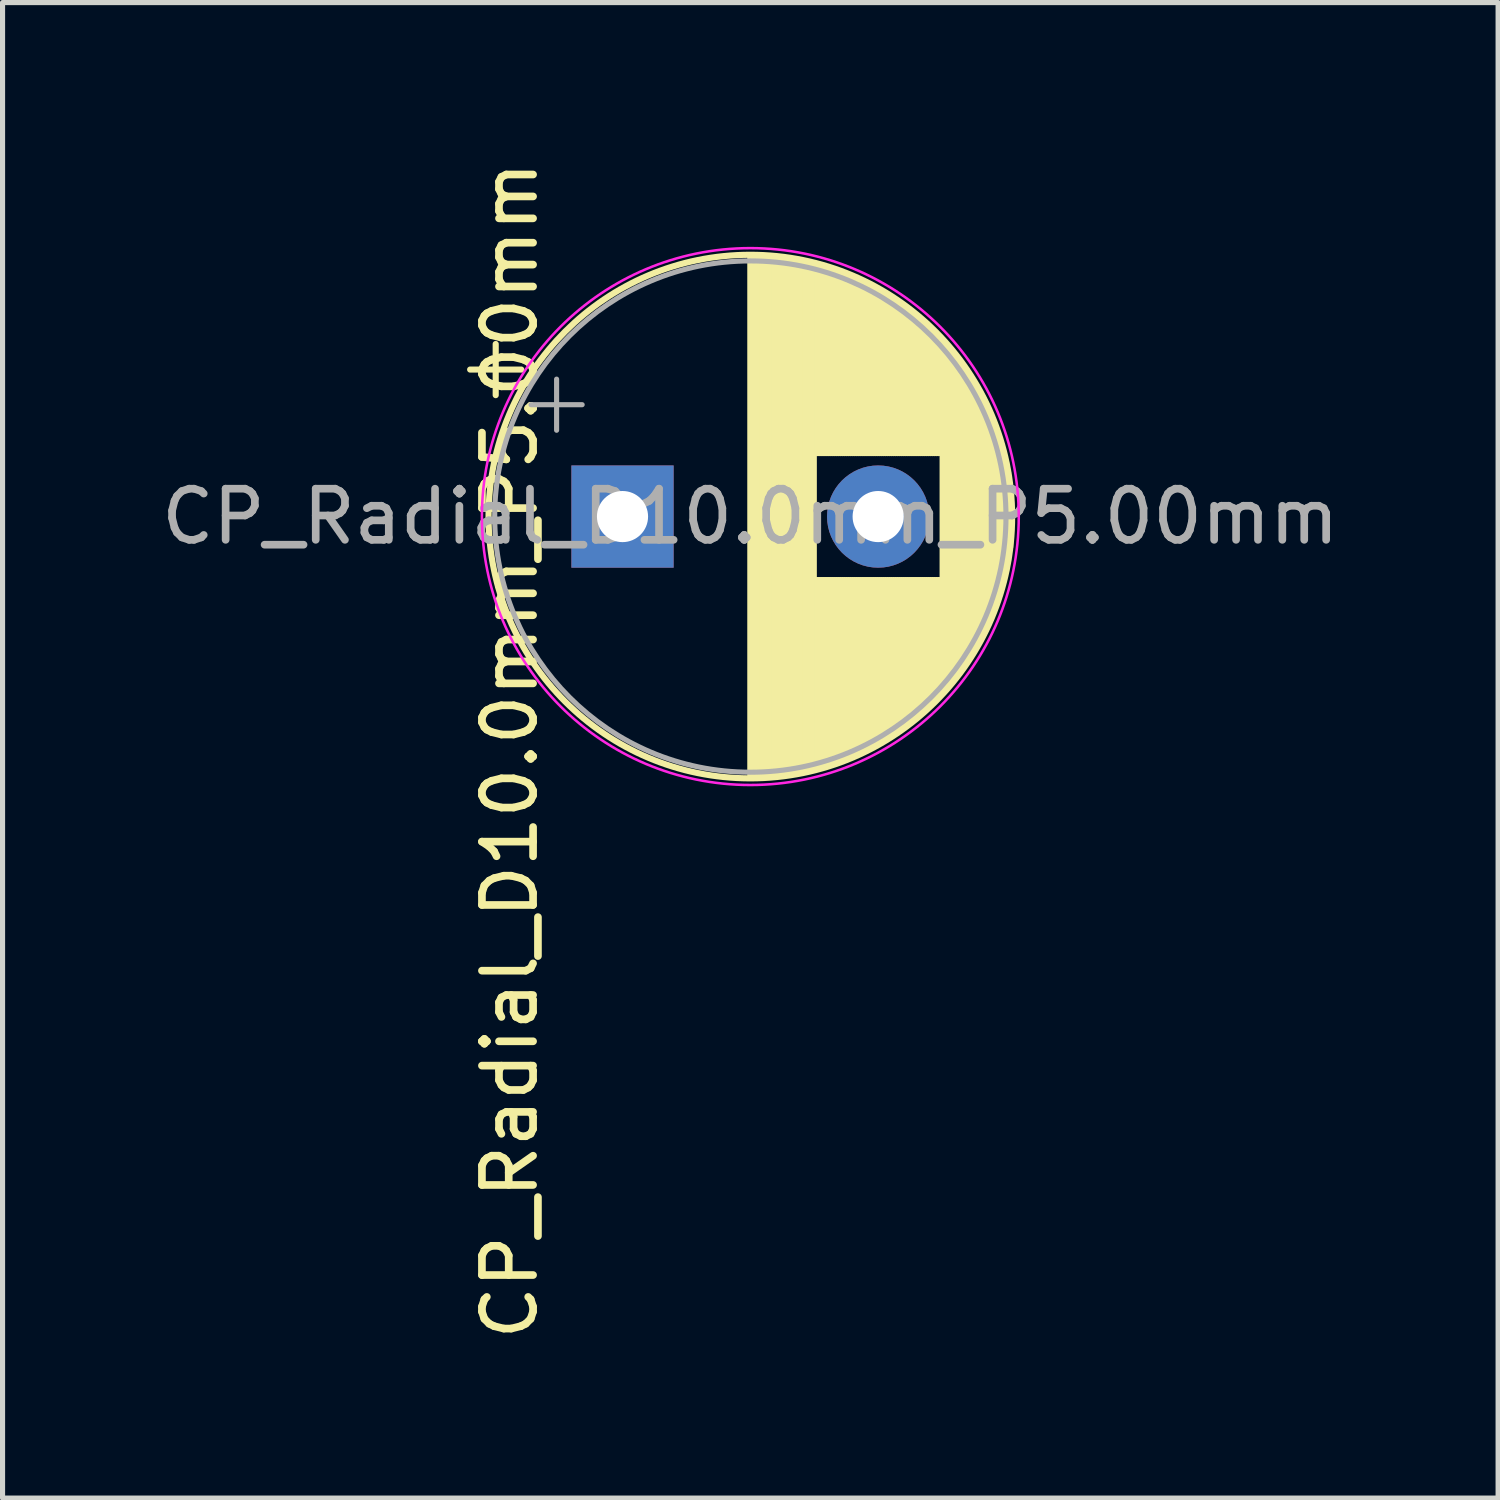
<source format=kicad_pcb>
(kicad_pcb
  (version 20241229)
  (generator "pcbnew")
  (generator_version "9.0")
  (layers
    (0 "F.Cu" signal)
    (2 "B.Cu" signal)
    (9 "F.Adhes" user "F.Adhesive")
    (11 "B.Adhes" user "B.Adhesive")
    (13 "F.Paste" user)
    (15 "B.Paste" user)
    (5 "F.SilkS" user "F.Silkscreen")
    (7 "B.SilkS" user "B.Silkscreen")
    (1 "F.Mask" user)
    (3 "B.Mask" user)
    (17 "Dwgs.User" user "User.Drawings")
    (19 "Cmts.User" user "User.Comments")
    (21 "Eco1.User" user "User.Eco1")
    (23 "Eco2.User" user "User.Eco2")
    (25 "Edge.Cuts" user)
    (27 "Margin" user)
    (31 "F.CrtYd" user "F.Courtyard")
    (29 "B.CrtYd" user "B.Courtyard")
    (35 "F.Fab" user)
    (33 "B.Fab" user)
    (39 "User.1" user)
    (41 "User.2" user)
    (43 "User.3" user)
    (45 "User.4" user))
  (footprint "CP_Radial_D10.0mm_P5.00mm"
    (layer "F.Cu")
    (at 9.125 7.053)
    (property "Reference" "CP_Radial_D10.0mm_P5.00mm" (at -2.204 4.572 270) (layer "F.SilkS") (effects (font (size 1 1) (thickness 0.15))))
    (attr through_hole)
    (fp_line (start -2.98 -2.875) (end -1.98 -2.875) (stroke (width 0.12) (type solid)) (layer "F.SilkS"))
    (fp_line (start -2.48 -3.375) (end -2.48 -2.375) (stroke (width 0.12) (type solid)) (layer "F.SilkS"))
    (fp_line (start 2.5 -5.08) (end 2.5 5.08) (stroke (width 0.12) (type solid)) (layer "F.SilkS"))
    (fp_line (start 2.54 -5.08) (end 2.54 5.08) (stroke (width 0.12) (type solid)) (layer "F.SilkS"))
    (fp_line (start 2.58 -5.08) (end 2.58 5.08) (stroke (width 0.12) (type solid)) (layer "F.SilkS"))
    (fp_line (start 2.62 -5.079) (end 2.62 5.079) (stroke (width 0.12) (type solid)) (layer "F.SilkS"))
    (fp_line (start 2.66 -5.078) (end 2.66 5.078) (stroke (width 0.12) (type solid)) (layer "F.SilkS"))
    (fp_line (start 2.7 -5.077) (end 2.7 5.077) (stroke (width 0.12) (type solid)) (layer "F.SilkS"))
    (fp_line (start 2.74 -5.075) (end 2.74 5.075) (stroke (width 0.12) (type solid)) (layer "F.SilkS"))
    (fp_line (start 2.78 -5.073) (end 2.78 5.073) (stroke (width 0.12) (type solid)) (layer "F.SilkS"))
    (fp_line (start 2.82 -5.07) (end 2.82 5.07) (stroke (width 0.12) (type solid)) (layer "F.SilkS"))
    (fp_line (start 2.86 -5.068) (end 2.86 5.068) (stroke (width 0.12) (type solid)) (layer "F.SilkS"))
    (fp_line (start 2.9 -5.065) (end 2.9 5.065) (stroke (width 0.12) (type solid)) (layer "F.SilkS"))
    (fp_line (start 2.94 -5.062) (end 2.94 5.062) (stroke (width 0.12) (type solid)) (layer "F.SilkS"))
    (fp_line (start 2.98 -5.058) (end 2.98 5.058) (stroke (width 0.12) (type solid)) (layer "F.SilkS"))
    (fp_line (start 3.02 -5.054) (end 3.02 5.054) (stroke (width 0.12) (type solid)) (layer "F.SilkS"))
    (fp_line (start 3.06 -5.05) (end 3.06 5.05) (stroke (width 0.12) (type solid)) (layer "F.SilkS"))
    (fp_line (start 3.1 -5.045) (end 3.1 5.045) (stroke (width 0.12) (type solid)) (layer "F.SilkS"))
    (fp_line (start 3.14 -5.04) (end 3.14 5.04) (stroke (width 0.12) (type solid)) (layer "F.SilkS"))
    (fp_line (start 3.18 -5.035) (end 3.18 5.035) (stroke (width 0.12) (type solid)) (layer "F.SilkS"))
    (fp_line (start 3.221 -5.03) (end 3.221 5.03) (stroke (width 0.12) (type solid)) (layer "F.SilkS"))
    (fp_line (start 3.261 -5.024) (end 3.261 5.024) (stroke (width 0.12) (type solid)) (layer "F.SilkS"))
    (fp_line (start 3.301 -5.018) (end 3.301 5.018) (stroke (width 0.12) (type solid)) (layer "F.SilkS"))
    (fp_line (start 3.341 -5.011) (end 3.341 5.011) (stroke (width 0.12) (type solid)) (layer "F.SilkS"))
    (fp_line (start 3.381 -5.004) (end 3.381 5.004) (stroke (width 0.12) (type solid)) (layer "F.SilkS"))
    (fp_line (start 3.421 -4.997) (end 3.421 4.997) (stroke (width 0.12) (type solid)) (layer "F.SilkS"))
    (fp_line (start 3.461 -4.99) (end 3.461 4.99) (stroke (width 0.12) (type solid)) (layer "F.SilkS"))
    (fp_line (start 3.501 -4.982) (end 3.501 4.982) (stroke (width 0.12) (type solid)) (layer "F.SilkS"))
    (fp_line (start 3.541 -4.974) (end 3.541 4.974) (stroke (width 0.12) (type solid)) (layer "F.SilkS"))
    (fp_line (start 3.581 -4.965) (end 3.581 4.965) (stroke (width 0.12) (type solid)) (layer "F.SilkS"))
    (fp_line (start 3.621 -4.956) (end 3.621 4.956) (stroke (width 0.12) (type solid)) (layer "F.SilkS"))
    (fp_line (start 3.661 -4.947) (end 3.661 4.947) (stroke (width 0.12) (type solid)) (layer "F.SilkS"))
    (fp_line (start 3.701 -4.938) (end 3.701 4.938) (stroke (width 0.12) (type solid)) (layer "F.SilkS"))
    (fp_line (start 3.741 -4.928) (end 3.741 4.928) (stroke (width 0.12) (type solid)) (layer "F.SilkS"))
    (fp_line (start 3.781 -4.918) (end 3.781 -1.241) (stroke (width 0.12) (type solid)) (layer "F.SilkS"))
    (fp_line (start 3.781 1.241) (end 3.781 4.918) (stroke (width 0.12) (type solid)) (layer "F.SilkS"))
    (fp_line (start 3.821 -4.907) (end 3.821 -1.241) (stroke (width 0.12) (type solid)) (layer "F.SilkS"))
    (fp_line (start 3.821 1.241) (end 3.821 4.907) (stroke (width 0.12) (type solid)) (layer "F.SilkS"))
    (fp_line (start 3.861 -4.897) (end 3.861 -1.241) (stroke (width 0.12) (type solid)) (layer "F.SilkS"))
    (fp_line (start 3.861 1.241) (end 3.861 4.897) (stroke (width 0.12) (type solid)) (layer "F.SilkS"))
    (fp_line (start 3.901 -4.885) (end 3.901 -1.241) (stroke (width 0.12) (type solid)) (layer "F.SilkS"))
    (fp_line (start 3.901 1.241) (end 3.901 4.885) (stroke (width 0.12) (type solid)) (layer "F.SilkS"))
    (fp_line (start 3.941 -4.874) (end 3.941 -1.241) (stroke (width 0.12) (type solid)) (layer "F.SilkS"))
    (fp_line (start 3.941 1.241) (end 3.941 4.874) (stroke (width 0.12) (type solid)) (layer "F.SilkS"))
    (fp_line (start 3.981 -4.862) (end 3.981 -1.241) (stroke (width 0.12) (type solid)) (layer "F.SilkS"))
    (fp_line (start 3.981 1.241) (end 3.981 4.862) (stroke (width 0.12) (type solid)) (layer "F.SilkS"))
    (fp_line (start 4.021 -4.85) (end 4.021 -1.241) (stroke (width 0.12) (type solid)) (layer "F.SilkS"))
    (fp_line (start 4.021 1.241) (end 4.021 4.85) (stroke (width 0.12) (type solid)) (layer "F.SilkS"))
    (fp_line (start 4.061 -4.837) (end 4.061 -1.241) (stroke (width 0.12) (type solid)) (layer "F.SilkS"))
    (fp_line (start 4.061 1.241) (end 4.061 4.837) (stroke (width 0.12) (type solid)) (layer "F.SilkS"))
    (fp_line (start 4.101 -4.824) (end 4.101 -1.241) (stroke (width 0.12) (type solid)) (layer "F.SilkS"))
    (fp_line (start 4.101 1.241) (end 4.101 4.824) (stroke (width 0.12) (type solid)) (layer "F.SilkS"))
    (fp_line (start 4.141 -4.811) (end 4.141 -1.241) (stroke (width 0.12) (type solid)) (layer "F.SilkS"))
    (fp_line (start 4.141 1.241) (end 4.141 4.811) (stroke (width 0.12) (type solid)) (layer "F.SilkS"))
    (fp_line (start 4.181 -4.797) (end 4.181 -1.241) (stroke (width 0.12) (type solid)) (layer "F.SilkS"))
    (fp_line (start 4.181 1.241) (end 4.181 4.797) (stroke (width 0.12) (type solid)) (layer "F.SilkS"))
    (fp_line (start 4.221 -4.783) (end 4.221 -1.241) (stroke (width 0.12) (type solid)) (layer "F.SilkS"))
    (fp_line (start 4.221 1.241) (end 4.221 4.783) (stroke (width 0.12) (type solid)) (layer "F.SilkS"))
    (fp_line (start 4.261 -4.768) (end 4.261 -1.241) (stroke (width 0.12) (type solid)) (layer "F.SilkS"))
    (fp_line (start 4.261 1.241) (end 4.261 4.768) (stroke (width 0.12) (type solid)) (layer "F.SilkS"))
    (fp_line (start 4.301 -4.754) (end 4.301 -1.241) (stroke (width 0.12) (type solid)) (layer "F.SilkS"))
    (fp_line (start 4.301 1.241) (end 4.301 4.754) (stroke (width 0.12) (type solid)) (layer "F.SilkS"))
    (fp_line (start 4.341 -4.738) (end 4.341 -1.241) (stroke (width 0.12) (type solid)) (layer "F.SilkS"))
    (fp_line (start 4.341 1.241) (end 4.341 4.738) (stroke (width 0.12) (type solid)) (layer "F.SilkS"))
    (fp_line (start 4.381 -4.723) (end 4.381 -1.241) (stroke (width 0.12) (type solid)) (layer "F.SilkS"))
    (fp_line (start 4.381 1.241) (end 4.381 4.723) (stroke (width 0.12) (type solid)) (layer "F.SilkS"))
    (fp_line (start 4.421 -4.707) (end 4.421 -1.241) (stroke (width 0.12) (type solid)) (layer "F.SilkS"))
    (fp_line (start 4.421 1.241) (end 4.421 4.707) (stroke (width 0.12) (type solid)) (layer "F.SilkS"))
    (fp_line (start 4.461 -4.69) (end 4.461 -1.241) (stroke (width 0.12) (type solid)) (layer "F.SilkS"))
    (fp_line (start 4.461 1.241) (end 4.461 4.69) (stroke (width 0.12) (type solid)) (layer "F.SilkS"))
    (fp_line (start 4.501 -4.674) (end 4.501 -1.241) (stroke (width 0.12) (type solid)) (layer "F.SilkS"))
    (fp_line (start 4.501 1.241) (end 4.501 4.674) (stroke (width 0.12) (type solid)) (layer "F.SilkS"))
    (fp_line (start 4.541 -4.657) (end 4.541 -1.241) (stroke (width 0.12) (type solid)) (layer "F.SilkS"))
    (fp_line (start 4.541 1.241) (end 4.541 4.657) (stroke (width 0.12) (type solid)) (layer "F.SilkS"))
    (fp_line (start 4.581 -4.639) (end 4.581 -1.241) (stroke (width 0.12) (type solid)) (layer "F.SilkS"))
    (fp_line (start 4.581 1.241) (end 4.581 4.639) (stroke (width 0.12) (type solid)) (layer "F.SilkS"))
    (fp_line (start 4.621 -4.621) (end 4.621 -1.241) (stroke (width 0.12) (type solid)) (layer "F.SilkS"))
    (fp_line (start 4.621 1.241) (end 4.621 4.621) (stroke (width 0.12) (type solid)) (layer "F.SilkS"))
    (fp_line (start 4.661 -4.603) (end 4.661 -1.241) (stroke (width 0.12) (type solid)) (layer "F.SilkS"))
    (fp_line (start 4.661 1.241) (end 4.661 4.603) (stroke (width 0.12) (type solid)) (layer "F.SilkS"))
    (fp_line (start 4.701 -4.584) (end 4.701 -1.241) (stroke (width 0.12) (type solid)) (layer "F.SilkS"))
    (fp_line (start 4.701 1.241) (end 4.701 4.584) (stroke (width 0.12) (type solid)) (layer "F.SilkS"))
    (fp_line (start 4.741 -4.564) (end 4.741 -1.241) (stroke (width 0.12) (type solid)) (layer "F.SilkS"))
    (fp_line (start 4.741 1.241) (end 4.741 4.564) (stroke (width 0.12) (type solid)) (layer "F.SilkS"))
    (fp_line (start 4.781 -4.545) (end 4.781 -1.241) (stroke (width 0.12) (type solid)) (layer "F.SilkS"))
    (fp_line (start 4.781 1.241) (end 4.781 4.545) (stroke (width 0.12) (type solid)) (layer "F.SilkS"))
    (fp_line (start 4.821 -4.525) (end 4.821 -1.241) (stroke (width 0.12) (type solid)) (layer "F.SilkS"))
    (fp_line (start 4.821 1.241) (end 4.821 4.525) (stroke (width 0.12) (type solid)) (layer "F.SilkS"))
    (fp_line (start 4.861 -4.504) (end 4.861 -1.241) (stroke (width 0.12) (type solid)) (layer "F.SilkS"))
    (fp_line (start 4.861 1.241) (end 4.861 4.504) (stroke (width 0.12) (type solid)) (layer "F.SilkS"))
    (fp_line (start 4.901 -4.483) (end 4.901 -1.241) (stroke (width 0.12) (type solid)) (layer "F.SilkS"))
    (fp_line (start 4.901 1.241) (end 4.901 4.483) (stroke (width 0.12) (type solid)) (layer "F.SilkS"))
    (fp_line (start 4.941 -4.462) (end 4.941 -1.241) (stroke (width 0.12) (type solid)) (layer "F.SilkS"))
    (fp_line (start 4.941 1.241) (end 4.941 4.462) (stroke (width 0.12) (type solid)) (layer "F.SilkS"))
    (fp_line (start 4.981 -4.44) (end 4.981 -1.241) (stroke (width 0.12) (type solid)) (layer "F.SilkS"))
    (fp_line (start 4.981 1.241) (end 4.981 4.44) (stroke (width 0.12) (type solid)) (layer "F.SilkS"))
    (fp_line (start 5.021 -4.417) (end 5.021 -1.241) (stroke (width 0.12) (type solid)) (layer "F.SilkS"))
    (fp_line (start 5.021 1.241) (end 5.021 4.417) (stroke (width 0.12) (type solid)) (layer "F.SilkS"))
    (fp_line (start 5.061 -4.395) (end 5.061 -1.241) (stroke (width 0.12) (type solid)) (layer "F.SilkS"))
    (fp_line (start 5.061 1.241) (end 5.061 4.395) (stroke (width 0.12) (type solid)) (layer "F.SilkS"))
    (fp_line (start 5.101 -4.371) (end 5.101 -1.241) (stroke (width 0.12) (type solid)) (layer "F.SilkS"))
    (fp_line (start 5.101 1.241) (end 5.101 4.371) (stroke (width 0.12) (type solid)) (layer "F.SilkS"))
    (fp_line (start 5.141 -4.347) (end 5.141 -1.241) (stroke (width 0.12) (type solid)) (layer "F.SilkS"))
    (fp_line (start 5.141 1.241) (end 5.141 4.347) (stroke (width 0.12) (type solid)) (layer "F.SilkS"))
    (fp_line (start 5.181 -4.323) (end 5.181 -1.241) (stroke (width 0.12) (type solid)) (layer "F.SilkS"))
    (fp_line (start 5.181 1.241) (end 5.181 4.323) (stroke (width 0.12) (type solid)) (layer "F.SilkS"))
    (fp_line (start 5.221 -4.298) (end 5.221 -1.241) (stroke (width 0.12) (type solid)) (layer "F.SilkS"))
    (fp_line (start 5.221 1.241) (end 5.221 4.298) (stroke (width 0.12) (type solid)) (layer "F.SilkS"))
    (fp_line (start 5.261 -4.273) (end 5.261 -1.241) (stroke (width 0.12) (type solid)) (layer "F.SilkS"))
    (fp_line (start 5.261 1.241) (end 5.261 4.273) (stroke (width 0.12) (type solid)) (layer "F.SilkS"))
    (fp_line (start 5.301 -4.247) (end 5.301 -1.241) (stroke (width 0.12) (type solid)) (layer "F.SilkS"))
    (fp_line (start 5.301 1.241) (end 5.301 4.247) (stroke (width 0.12) (type solid)) (layer "F.SilkS"))
    (fp_line (start 5.341 -4.221) (end 5.341 -1.241) (stroke (width 0.12) (type solid)) (layer "F.SilkS"))
    (fp_line (start 5.341 1.241) (end 5.341 4.221) (stroke (width 0.12) (type solid)) (layer "F.SilkS"))
    (fp_line (start 5.381 -4.194) (end 5.381 -1.241) (stroke (width 0.12) (type solid)) (layer "F.SilkS"))
    (fp_line (start 5.381 1.241) (end 5.381 4.194) (stroke (width 0.12) (type solid)) (layer "F.SilkS"))
    (fp_line (start 5.421 -4.166) (end 5.421 -1.241) (stroke (width 0.12) (type solid)) (layer "F.SilkS"))
    (fp_line (start 5.421 1.241) (end 5.421 4.166) (stroke (width 0.12) (type solid)) (layer "F.SilkS"))
    (fp_line (start 5.461 -4.138) (end 5.461 -1.241) (stroke (width 0.12) (type solid)) (layer "F.SilkS"))
    (fp_line (start 5.461 1.241) (end 5.461 4.138) (stroke (width 0.12) (type solid)) (layer "F.SilkS"))
    (fp_line (start 5.501 -4.11) (end 5.501 -1.241) (stroke (width 0.12) (type solid)) (layer "F.SilkS"))
    (fp_line (start 5.501 1.241) (end 5.501 4.11) (stroke (width 0.12) (type solid)) (layer "F.SilkS"))
    (fp_line (start 5.541 -4.08) (end 5.541 -1.241) (stroke (width 0.12) (type solid)) (layer "F.SilkS"))
    (fp_line (start 5.541 1.241) (end 5.541 4.08) (stroke (width 0.12) (type solid)) (layer "F.SilkS"))
    (fp_line (start 5.581 -4.05) (end 5.581 -1.241) (stroke (width 0.12) (type solid)) (layer "F.SilkS"))
    (fp_line (start 5.581 1.241) (end 5.581 4.05) (stroke (width 0.12) (type solid)) (layer "F.SilkS"))
    (fp_line (start 5.621 -4.02) (end 5.621 -1.241) (stroke (width 0.12) (type solid)) (layer "F.SilkS"))
    (fp_line (start 5.621 1.241) (end 5.621 4.02) (stroke (width 0.12) (type solid)) (layer "F.SilkS"))
    (fp_line (start 5.661 -3.989) (end 5.661 -1.241) (stroke (width 0.12) (type solid)) (layer "F.SilkS"))
    (fp_line (start 5.661 1.241) (end 5.661 3.989) (stroke (width 0.12) (type solid)) (layer "F.SilkS"))
    (fp_line (start 5.701 -3.957) (end 5.701 -1.241) (stroke (width 0.12) (type solid)) (layer "F.SilkS"))
    (fp_line (start 5.701 1.241) (end 5.701 3.957) (stroke (width 0.12) (type solid)) (layer "F.SilkS"))
    (fp_line (start 5.741 -3.925) (end 5.741 -1.241) (stroke (width 0.12) (type solid)) (layer "F.SilkS"))
    (fp_line (start 5.741 1.241) (end 5.741 3.925) (stroke (width 0.12) (type solid)) (layer "F.SilkS"))
    (fp_line (start 5.781 -3.892) (end 5.781 -1.241) (stroke (width 0.12) (type solid)) (layer "F.SilkS"))
    (fp_line (start 5.781 1.241) (end 5.781 3.892) (stroke (width 0.12) (type solid)) (layer "F.SilkS"))
    (fp_line (start 5.821 -3.858) (end 5.821 -1.241) (stroke (width 0.12) (type solid)) (layer "F.SilkS"))
    (fp_line (start 5.821 1.241) (end 5.821 3.858) (stroke (width 0.12) (type solid)) (layer "F.SilkS"))
    (fp_line (start 5.861 -3.824) (end 5.861 -1.241) (stroke (width 0.12) (type solid)) (layer "F.SilkS"))
    (fp_line (start 5.861 1.241) (end 5.861 3.824) (stroke (width 0.12) (type solid)) (layer "F.SilkS"))
    (fp_line (start 5.901 -3.789) (end 5.901 -1.241) (stroke (width 0.12) (type solid)) (layer "F.SilkS"))
    (fp_line (start 5.901 1.241) (end 5.901 3.789) (stroke (width 0.12) (type solid)) (layer "F.SilkS"))
    (fp_line (start 5.941 -3.753) (end 5.941 -1.241) (stroke (width 0.12) (type solid)) (layer "F.SilkS"))
    (fp_line (start 5.941 1.241) (end 5.941 3.753) (stroke (width 0.12) (type solid)) (layer "F.SilkS"))
    (fp_line (start 5.981 -3.716) (end 5.981 -1.241) (stroke (width 0.12) (type solid)) (layer "F.SilkS"))
    (fp_line (start 5.981 1.241) (end 5.981 3.716) (stroke (width 0.12) (type solid)) (layer "F.SilkS"))
    (fp_line (start 6.021 -3.679) (end 6.021 -1.241) (stroke (width 0.12) (type solid)) (layer "F.SilkS"))
    (fp_line (start 6.021 1.241) (end 6.021 3.679) (stroke (width 0.12) (type solid)) (layer "F.SilkS"))
    (fp_line (start 6.061 -3.64) (end 6.061 -1.241) (stroke (width 0.12) (type solid)) (layer "F.SilkS"))
    (fp_line (start 6.061 1.241) (end 6.061 3.64) (stroke (width 0.12) (type solid)) (layer "F.SilkS"))
    (fp_line (start 6.101 -3.601) (end 6.101 -1.241) (stroke (width 0.12) (type solid)) (layer "F.SilkS"))
    (fp_line (start 6.101 1.241) (end 6.101 3.601) (stroke (width 0.12) (type solid)) (layer "F.SilkS"))
    (fp_line (start 6.141 -3.561) (end 6.141 -1.241) (stroke (width 0.12) (type solid)) (layer "F.SilkS"))
    (fp_line (start 6.141 1.241) (end 6.141 3.561) (stroke (width 0.12) (type solid)) (layer "F.SilkS"))
    (fp_line (start 6.181 -3.52) (end 6.181 -1.241) (stroke (width 0.12) (type solid)) (layer "F.SilkS"))
    (fp_line (start 6.181 1.241) (end 6.181 3.52) (stroke (width 0.12) (type solid)) (layer "F.SilkS"))
    (fp_line (start 6.221 -3.478) (end 6.221 -1.241) (stroke (width 0.12) (type solid)) (layer "F.SilkS"))
    (fp_line (start 6.221 1.241) (end 6.221 3.478) (stroke (width 0.12) (type solid)) (layer "F.SilkS"))
    (fp_line (start 6.261 -3.436) (end 6.261 3.436) (stroke (width 0.12) (type solid)) (layer "F.SilkS"))
    (fp_line (start 6.301 -3.392) (end 6.301 3.392) (stroke (width 0.12) (type solid)) (layer "F.SilkS"))
    (fp_line (start 6.341 -3.347) (end 6.341 3.347) (stroke (width 0.12) (type solid)) (layer "F.SilkS"))
    (fp_line (start 6.381 -3.301) (end 6.381 3.301) (stroke (width 0.12) (type solid)) (layer "F.SilkS"))
    (fp_line (start 6.421 -3.254) (end 6.421 3.254) (stroke (width 0.12) (type solid)) (layer "F.SilkS"))
    (fp_line (start 6.461 -3.206) (end 6.461 3.206) (stroke (width 0.12) (type solid)) (layer "F.SilkS"))
    (fp_line (start 6.501 -3.156) (end 6.501 3.156) (stroke (width 0.12) (type solid)) (layer "F.SilkS"))
    (fp_line (start 6.541 -3.106) (end 6.541 3.106) (stroke (width 0.12) (type solid)) (layer "F.SilkS"))
    (fp_line (start 6.581 -3.054) (end 6.581 3.054) (stroke (width 0.12) (type solid)) (layer "F.SilkS"))
    (fp_line (start 6.621 -3) (end 6.621 3) (stroke (width 0.12) (type solid)) (layer "F.SilkS"))
    (fp_line (start 6.661 -2.945) (end 6.661 2.945) (stroke (width 0.12) (type solid)) (layer "F.SilkS"))
    (fp_line (start 6.701 -2.889) (end 6.701 2.889) (stroke (width 0.12) (type solid)) (layer "F.SilkS"))
    (fp_line (start 6.741 -2.83) (end 6.741 2.83) (stroke (width 0.12) (type solid)) (layer "F.SilkS"))
    (fp_line (start 6.781 -2.77) (end 6.781 2.77) (stroke (width 0.12) (type solid)) (layer "F.SilkS"))
    (fp_line (start 6.821 -2.709) (end 6.821 2.709) (stroke (width 0.12) (type solid)) (layer "F.SilkS"))
    (fp_line (start 6.861 -2.645) (end 6.861 2.645) (stroke (width 0.12) (type solid)) (layer "F.SilkS"))
    (fp_line (start 6.901 -2.579) (end 6.901 2.579) (stroke (width 0.12) (type solid)) (layer "F.SilkS"))
    (fp_line (start 6.941 -2.51) (end 6.941 2.51) (stroke (width 0.12) (type solid)) (layer "F.SilkS"))
    (fp_line (start 6.981 -2.439) (end 6.981 2.439) (stroke (width 0.12) (type solid)) (layer "F.SilkS"))
    (fp_line (start 7.021 -2.365) (end 7.021 2.365) (stroke (width 0.12) (type solid)) (layer "F.SilkS"))
    (fp_line (start 7.061 -2.289) (end 7.061 2.289) (stroke (width 0.12) (type solid)) (layer "F.SilkS"))
    (fp_line (start 7.101 -2.209) (end 7.101 2.209) (stroke (width 0.12) (type solid)) (layer "F.SilkS"))
    (fp_line (start 7.141 -2.125) (end 7.141 2.125) (stroke (width 0.12) (type solid)) (layer "F.SilkS"))
    (fp_line (start 7.181 -2.037) (end 7.181 2.037) (stroke (width 0.12) (type solid)) (layer "F.SilkS"))
    (fp_line (start 7.221 -1.944) (end 7.221 1.944) (stroke (width 0.12) (type solid)) (layer "F.SilkS"))
    (fp_line (start 7.261 -1.846) (end 7.261 1.846) (stroke (width 0.12) (type solid)) (layer "F.SilkS"))
    (fp_line (start 7.301 -1.742) (end 7.301 1.742) (stroke (width 0.12) (type solid)) (layer "F.SilkS"))
    (fp_line (start 7.341 -1.63) (end 7.341 1.63) (stroke (width 0.12) (type solid)) (layer "F.SilkS"))
    (fp_line (start 7.381 -1.51) (end 7.381 1.51) (stroke (width 0.12) (type solid)) (layer "F.SilkS"))
    (fp_line (start 7.421 -1.378) (end 7.421 1.378) (stroke (width 0.12) (type solid)) (layer "F.SilkS"))
    (fp_line (start 7.461 -1.23) (end 7.461 1.23) (stroke (width 0.12) (type solid)) (layer "F.SilkS"))
    (fp_line (start 7.501 -1.062) (end 7.501 1.062) (stroke (width 0.12) (type solid)) (layer "F.SilkS"))
    (fp_line (start 7.541 -0.862) (end 7.541 0.862) (stroke (width 0.12) (type solid)) (layer "F.SilkS"))
    (fp_line (start 7.581 -0.599) (end 7.581 0.599) (stroke (width 0.12) (type solid)) (layer "F.SilkS"))
    (fp_circle (center 2.5 0) (end 7.62 0) (stroke (width 0.12) (type solid)) (fill no) (layer "F.SilkS"))
    (fp_circle (center 2.5 0) (end 7.75 0) (stroke (width 0.05) (type solid)) (fill no) (layer "F.CrtYd"))
    (fp_line (start -1.789 -2.188) (end -0.789 -2.188) (stroke (width 0.1) (type solid)) (layer "F.Fab"))
    (fp_line (start -1.289 -2.688) (end -1.289 -1.688) (stroke (width 0.1) (type solid)) (layer "F.Fab"))
    (fp_circle (center 2.5 0) (end 7.5 0) (stroke (width 0.1) (type solid)) (fill no) (layer "F.Fab"))
    (fp_text user "${REFERENCE}" (at 2.5 0 180) (layer "F.Fab") (effects (font (size 1 1) (thickness 0.15))))
    (pad "1" thru_hole rect (at 0 0) (size 2 2) (drill 1) (layers "*.Cu" "*.Mask"))
    (pad "2" thru_hole circle (at 5 0) (size 2 2) (drill 1) (layers "*.Cu" "*.Mask")))
  (gr_rect
    (start -3 -3)
    (end 26.25 26.25)
    (stroke (width 0.1) (type default))
    (fill no)
    (layer "Edge.Cuts")))
</source>
